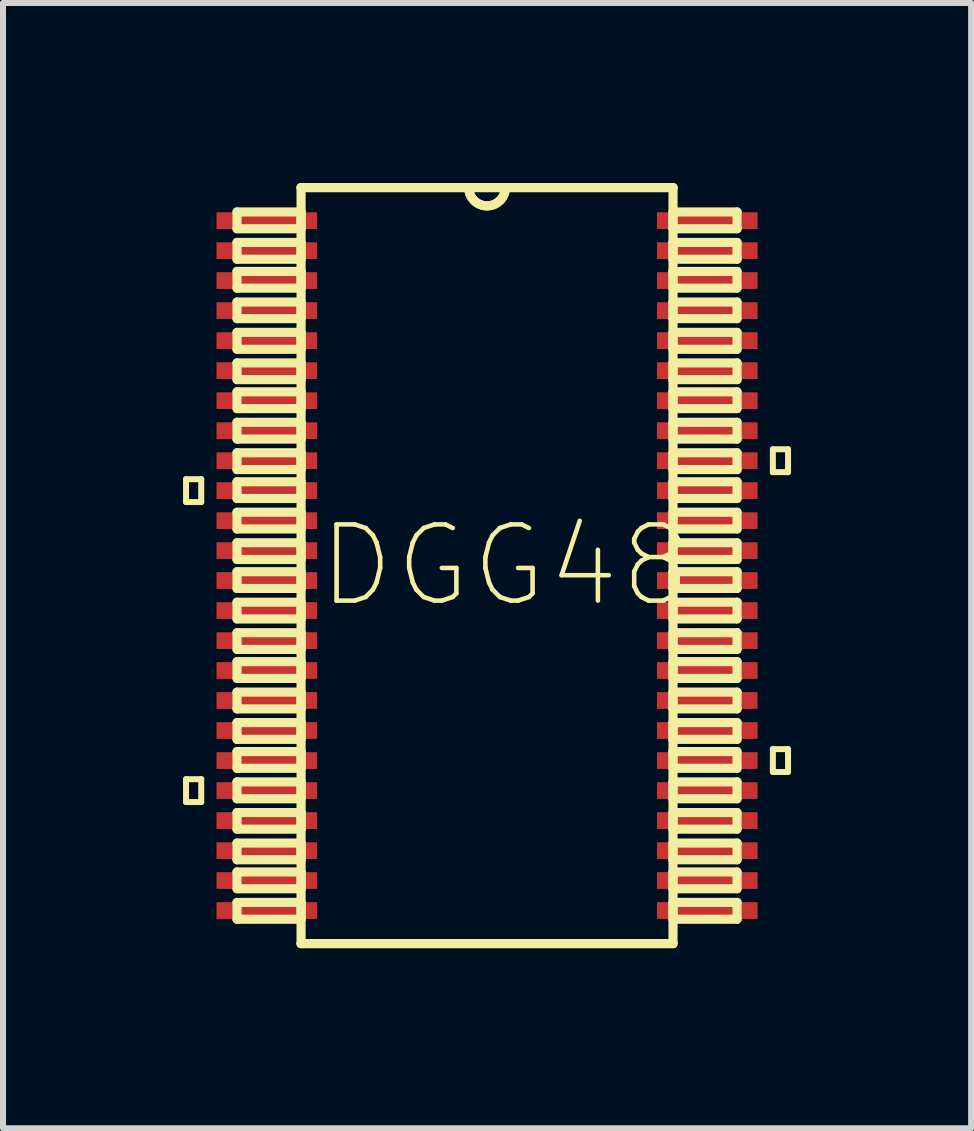
<source format=kicad_pcb>
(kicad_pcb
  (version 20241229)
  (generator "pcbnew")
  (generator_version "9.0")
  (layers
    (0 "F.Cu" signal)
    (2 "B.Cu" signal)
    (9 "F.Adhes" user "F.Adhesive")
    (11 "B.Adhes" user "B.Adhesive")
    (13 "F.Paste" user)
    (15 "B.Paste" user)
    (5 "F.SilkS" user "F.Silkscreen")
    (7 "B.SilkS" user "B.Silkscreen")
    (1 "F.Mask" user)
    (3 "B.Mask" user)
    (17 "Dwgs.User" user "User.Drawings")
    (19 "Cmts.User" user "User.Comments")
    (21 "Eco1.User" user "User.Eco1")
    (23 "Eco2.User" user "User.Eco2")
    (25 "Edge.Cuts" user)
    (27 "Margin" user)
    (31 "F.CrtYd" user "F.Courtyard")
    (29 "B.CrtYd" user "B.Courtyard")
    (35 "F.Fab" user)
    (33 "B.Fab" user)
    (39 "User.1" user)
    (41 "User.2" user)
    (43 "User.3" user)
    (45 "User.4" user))
  (footprint "DGG48"
    (layer "F.Cu")
    (at 5.066 6.375)
    (property "Reference" "DGG48" (at 0.305 0 0) (layer "F.SilkS") (effects (font (size 1.27 1.27) (thickness 0.076))))
    (attr smd)
    (fp_line (start -5.016 -1.44) (end -5.016 -1.059) (stroke (width 0.1) (type solid)) (layer "F.SilkS"))
    (fp_line (start -5.016 -1.059) (end -4.763 -1.059) (stroke (width 0.1) (type solid)) (layer "F.SilkS"))
    (fp_line (start -5.016 3.559) (end -5.016 3.94) (stroke (width 0.1) (type solid)) (layer "F.SilkS"))
    (fp_line (start -5.016 3.94) (end -4.763 3.94) (stroke (width 0.1) (type solid)) (layer "F.SilkS"))
    (fp_line (start -4.763 -1.44) (end -5.016 -1.44) (stroke (width 0.1) (type solid)) (layer "F.SilkS"))
    (fp_line (start -4.763 -1.059) (end -4.763 -1.44) (stroke (width 0.1) (type solid)) (layer "F.SilkS"))
    (fp_line (start -4.763 3.559) (end -5.016 3.559) (stroke (width 0.1) (type solid)) (layer "F.SilkS"))
    (fp_line (start -4.763 3.94) (end -4.763 3.559) (stroke (width 0.1) (type solid)) (layer "F.SilkS"))
    (fp_line (start -4.166 -5.893) (end -4.166 -5.613) (stroke (width 0.152) (type solid)) (layer "F.SilkS"))
    (fp_line (start -4.166 -5.613) (end -3.099 -5.613) (stroke (width 0.152) (type solid)) (layer "F.SilkS"))
    (fp_line (start -4.166 -5.385) (end -4.166 -5.105) (stroke (width 0.152) (type solid)) (layer "F.SilkS"))
    (fp_line (start -4.166 -5.105) (end -3.099 -5.105) (stroke (width 0.152) (type solid)) (layer "F.SilkS"))
    (fp_line (start -4.166 -4.902) (end -4.166 -4.623) (stroke (width 0.152) (type solid)) (layer "F.SilkS"))
    (fp_line (start -4.166 -4.623) (end -3.099 -4.623) (stroke (width 0.152) (type solid)) (layer "F.SilkS"))
    (fp_line (start -4.166 -4.392) (end -4.166 -4.115) (stroke (width 0.152) (type solid)) (layer "F.SilkS"))
    (fp_line (start -4.166 -4.115) (end -3.099 -4.115) (stroke (width 0.152) (type solid)) (layer "F.SilkS"))
    (fp_line (start -4.166 -3.886) (end -4.166 -3.604) (stroke (width 0.152) (type solid)) (layer "F.SilkS"))
    (fp_line (start -4.166 -3.604) (end -3.099 -3.604) (stroke (width 0.152) (type solid)) (layer "F.SilkS"))
    (fp_line (start -4.166 -3.378) (end -4.166 -3.099) (stroke (width 0.152) (type solid)) (layer "F.SilkS"))
    (fp_line (start -4.166 -3.099) (end -3.099 -3.099) (stroke (width 0.152) (type solid)) (layer "F.SilkS"))
    (fp_line (start -4.166 -2.896) (end -4.166 -2.616) (stroke (width 0.152) (type solid)) (layer "F.SilkS"))
    (fp_line (start -4.166 -2.616) (end -3.099 -2.616) (stroke (width 0.152) (type solid)) (layer "F.SilkS"))
    (fp_line (start -4.166 -2.388) (end -4.166 -2.108) (stroke (width 0.152) (type solid)) (layer "F.SilkS"))
    (fp_line (start -4.166 -2.108) (end -3.099 -2.108) (stroke (width 0.152) (type solid)) (layer "F.SilkS"))
    (fp_line (start -4.166 -1.88) (end -4.166 -1.6) (stroke (width 0.152) (type solid)) (layer "F.SilkS"))
    (fp_line (start -4.166 -1.6) (end -3.099 -1.6) (stroke (width 0.152) (type solid)) (layer "F.SilkS"))
    (fp_line (start -4.166 -1.397) (end -4.166 -1.118) (stroke (width 0.152) (type solid)) (layer "F.SilkS"))
    (fp_line (start -4.166 -1.118) (end -3.099 -1.118) (stroke (width 0.152) (type solid)) (layer "F.SilkS"))
    (fp_line (start -4.166 -0.889) (end -4.166 -0.61) (stroke (width 0.152) (type solid)) (layer "F.SilkS"))
    (fp_line (start -4.166 -0.61) (end -3.099 -0.61) (stroke (width 0.152) (type solid)) (layer "F.SilkS"))
    (fp_line (start -4.166 -0.381) (end -4.166 -0.102) (stroke (width 0.152) (type solid)) (layer "F.SilkS"))
    (fp_line (start -4.166 -0.102) (end -3.099 -0.102) (stroke (width 0.152) (type solid)) (layer "F.SilkS"))
    (fp_line (start -4.166 0.102) (end -4.166 0.381) (stroke (width 0.152) (type solid)) (layer "F.SilkS"))
    (fp_line (start -4.166 0.381) (end -3.099 0.381) (stroke (width 0.152) (type solid)) (layer "F.SilkS"))
    (fp_line (start -4.166 0.61) (end -4.166 0.889) (stroke (width 0.152) (type solid)) (layer "F.SilkS"))
    (fp_line (start -4.166 0.889) (end -3.099 0.889) (stroke (width 0.152) (type solid)) (layer "F.SilkS"))
    (fp_line (start -4.166 1.118) (end -4.166 1.397) (stroke (width 0.152) (type solid)) (layer "F.SilkS"))
    (fp_line (start -4.166 1.397) (end -3.099 1.397) (stroke (width 0.152) (type solid)) (layer "F.SilkS"))
    (fp_line (start -4.166 1.6) (end -4.166 1.88) (stroke (width 0.152) (type solid)) (layer "F.SilkS"))
    (fp_line (start -4.166 1.88) (end -3.099 1.88) (stroke (width 0.152) (type solid)) (layer "F.SilkS"))
    (fp_line (start -4.166 2.108) (end -4.166 2.388) (stroke (width 0.152) (type solid)) (layer "F.SilkS"))
    (fp_line (start -4.166 2.388) (end -3.099 2.388) (stroke (width 0.152) (type solid)) (layer "F.SilkS"))
    (fp_line (start -4.166 2.616) (end -4.166 2.896) (stroke (width 0.152) (type solid)) (layer "F.SilkS"))
    (fp_line (start -4.166 2.896) (end -3.099 2.896) (stroke (width 0.152) (type solid)) (layer "F.SilkS"))
    (fp_line (start -4.166 3.099) (end -4.166 3.378) (stroke (width 0.152) (type solid)) (layer "F.SilkS"))
    (fp_line (start -4.166 3.378) (end -3.099 3.378) (stroke (width 0.152) (type solid)) (layer "F.SilkS"))
    (fp_line (start -4.166 3.604) (end -4.166 3.886) (stroke (width 0.152) (type solid)) (layer "F.SilkS"))
    (fp_line (start -4.166 3.886) (end -3.099 3.886) (stroke (width 0.152) (type solid)) (layer "F.SilkS"))
    (fp_line (start -4.166 4.115) (end -4.166 4.392) (stroke (width 0.152) (type solid)) (layer "F.SilkS"))
    (fp_line (start -4.166 4.392) (end -3.099 4.392) (stroke (width 0.152) (type solid)) (layer "F.SilkS"))
    (fp_line (start -4.166 4.623) (end -4.166 4.902) (stroke (width 0.152) (type solid)) (layer "F.SilkS"))
    (fp_line (start -4.166 4.902) (end -3.099 4.902) (stroke (width 0.152) (type solid)) (layer "F.SilkS"))
    (fp_line (start -4.166 5.105) (end -4.166 5.385) (stroke (width 0.152) (type solid)) (layer "F.SilkS"))
    (fp_line (start -4.166 5.385) (end -3.099 5.385) (stroke (width 0.152) (type solid)) (layer "F.SilkS"))
    (fp_line (start -4.166 5.613) (end -4.166 5.893) (stroke (width 0.152) (type solid)) (layer "F.SilkS"))
    (fp_line (start -4.166 5.893) (end -3.099 5.893) (stroke (width 0.152) (type solid)) (layer "F.SilkS"))
    (fp_line (start -3.099 -6.299) (end -3.099 6.299) (stroke (width 0.152) (type solid)) (layer "F.SilkS"))
    (fp_line (start -3.099 -5.893) (end -4.166 -5.893) (stroke (width 0.152) (type solid)) (layer "F.SilkS"))
    (fp_line (start -3.099 -5.613) (end -3.099 -5.893) (stroke (width 0.152) (type solid)) (layer "F.SilkS"))
    (fp_line (start -3.099 -5.385) (end -4.166 -5.385) (stroke (width 0.152) (type solid)) (layer "F.SilkS"))
    (fp_line (start -3.099 -5.105) (end -3.099 -5.385) (stroke (width 0.152) (type solid)) (layer "F.SilkS"))
    (fp_line (start -3.099 -4.902) (end -4.166 -4.902) (stroke (width 0.152) (type solid)) (layer "F.SilkS"))
    (fp_line (start -3.099 -4.623) (end -3.099 -4.902) (stroke (width 0.152) (type solid)) (layer "F.SilkS"))
    (fp_line (start -3.099 -4.392) (end -4.166 -4.392) (stroke (width 0.152) (type solid)) (layer "F.SilkS"))
    (fp_line (start -3.099 -4.115) (end -3.099 -4.392) (stroke (width 0.152) (type solid)) (layer "F.SilkS"))
    (fp_line (start -3.099 -3.886) (end -4.166 -3.886) (stroke (width 0.152) (type solid)) (layer "F.SilkS"))
    (fp_line (start -3.099 -3.604) (end -3.099 -3.886) (stroke (width 0.152) (type solid)) (layer "F.SilkS"))
    (fp_line (start -3.099 -3.378) (end -4.166 -3.378) (stroke (width 0.152) (type solid)) (layer "F.SilkS"))
    (fp_line (start -3.099 -3.099) (end -3.099 -3.378) (stroke (width 0.152) (type solid)) (layer "F.SilkS"))
    (fp_line (start -3.099 -2.896) (end -4.166 -2.896) (stroke (width 0.152) (type solid)) (layer "F.SilkS"))
    (fp_line (start -3.099 -2.616) (end -3.099 -2.896) (stroke (width 0.152) (type solid)) (layer "F.SilkS"))
    (fp_line (start -3.099 -2.388) (end -4.166 -2.388) (stroke (width 0.152) (type solid)) (layer "F.SilkS"))
    (fp_line (start -3.099 -2.108) (end -3.099 -2.388) (stroke (width 0.152) (type solid)) (layer "F.SilkS"))
    (fp_line (start -3.099 -1.88) (end -4.166 -1.88) (stroke (width 0.152) (type solid)) (layer "F.SilkS"))
    (fp_line (start -3.099 -1.6) (end -3.099 -1.88) (stroke (width 0.152) (type solid)) (layer "F.SilkS"))
    (fp_line (start -3.099 -1.397) (end -4.166 -1.397) (stroke (width 0.152) (type solid)) (layer "F.SilkS"))
    (fp_line (start -3.099 -1.118) (end -3.099 -1.397) (stroke (width 0.152) (type solid)) (layer "F.SilkS"))
    (fp_line (start -3.099 -0.889) (end -4.166 -0.889) (stroke (width 0.152) (type solid)) (layer "F.SilkS"))
    (fp_line (start -3.099 -0.61) (end -3.099 -0.889) (stroke (width 0.152) (type solid)) (layer "F.SilkS"))
    (fp_line (start -3.099 -0.381) (end -4.166 -0.381) (stroke (width 0.152) (type solid)) (layer "F.SilkS"))
    (fp_line (start -3.099 -0.102) (end -3.099 -0.381) (stroke (width 0.152) (type solid)) (layer "F.SilkS"))
    (fp_line (start -3.099 0.102) (end -4.166 0.102) (stroke (width 0.152) (type solid)) (layer "F.SilkS"))
    (fp_line (start -3.099 0.381) (end -3.099 0.102) (stroke (width 0.152) (type solid)) (layer "F.SilkS"))
    (fp_line (start -3.099 0.61) (end -4.166 0.61) (stroke (width 0.152) (type solid)) (layer "F.SilkS"))
    (fp_line (start -3.099 0.889) (end -3.099 0.61) (stroke (width 0.152) (type solid)) (layer "F.SilkS"))
    (fp_line (start -3.099 1.118) (end -4.166 1.118) (stroke (width 0.152) (type solid)) (layer "F.SilkS"))
    (fp_line (start -3.099 1.397) (end -3.099 1.118) (stroke (width 0.152) (type solid)) (layer "F.SilkS"))
    (fp_line (start -3.099 1.6) (end -4.166 1.6) (stroke (width 0.152) (type solid)) (layer "F.SilkS"))
    (fp_line (start -3.099 1.88) (end -3.099 1.6) (stroke (width 0.152) (type solid)) (layer "F.SilkS"))
    (fp_line (start -3.099 2.108) (end -4.166 2.108) (stroke (width 0.152) (type solid)) (layer "F.SilkS"))
    (fp_line (start -3.099 2.388) (end -3.099 2.108) (stroke (width 0.152) (type solid)) (layer "F.SilkS"))
    (fp_line (start -3.099 2.616) (end -4.166 2.616) (stroke (width 0.152) (type solid)) (layer "F.SilkS"))
    (fp_line (start -3.099 2.896) (end -3.099 2.616) (stroke (width 0.152) (type solid)) (layer "F.SilkS"))
    (fp_line (start -3.099 3.099) (end -4.166 3.099) (stroke (width 0.152) (type solid)) (layer "F.SilkS"))
    (fp_line (start -3.099 3.378) (end -3.099 3.099) (stroke (width 0.152) (type solid)) (layer "F.SilkS"))
    (fp_line (start -3.099 3.604) (end -4.166 3.604) (stroke (width 0.152) (type solid)) (layer "F.SilkS"))
    (fp_line (start -3.099 3.886) (end -3.099 3.604) (stroke (width 0.152) (type solid)) (layer "F.SilkS"))
    (fp_line (start -3.099 4.115) (end -4.166 4.115) (stroke (width 0.152) (type solid)) (layer "F.SilkS"))
    (fp_line (start -3.099 4.392) (end -3.099 4.115) (stroke (width 0.152) (type solid)) (layer "F.SilkS"))
    (fp_line (start -3.099 4.623) (end -4.166 4.623) (stroke (width 0.152) (type solid)) (layer "F.SilkS"))
    (fp_line (start -3.099 4.902) (end -3.099 4.623) (stroke (width 0.152) (type solid)) (layer "F.SilkS"))
    (fp_line (start -3.099 5.105) (end -4.166 5.105) (stroke (width 0.152) (type solid)) (layer "F.SilkS"))
    (fp_line (start -3.099 5.385) (end -3.099 5.105) (stroke (width 0.152) (type solid)) (layer "F.SilkS"))
    (fp_line (start -3.099 5.613) (end -4.166 5.613) (stroke (width 0.152) (type solid)) (layer "F.SilkS"))
    (fp_line (start -3.099 5.893) (end -3.099 5.613) (stroke (width 0.152) (type solid)) (layer "F.SilkS"))
    (fp_line (start -3.099 6.299) (end 3.099 6.299) (stroke (width 0.152) (type solid)) (layer "F.SilkS"))
    (fp_line (start -3.099 6.299) (end 3.099 6.299) (stroke (width 0.152) (type solid)) (layer "F.SilkS"))
    (fp_line (start -0.305 -6.299) (end -3.099 -6.299) (stroke (width 0.152) (type solid)) (layer "F.SilkS"))
    (fp_line (start -0.305 -6.299) (end -3.099 -6.299) (stroke (width 0.152) (type solid)) (layer "F.SilkS"))
    (fp_line (start 0.305 -6.299) (end -0.305 -6.299) (stroke (width 0.152) (type solid)) (layer "F.SilkS"))
    (fp_line (start 0.305 -6.299) (end -0.305 -6.299) (stroke (width 0.152) (type solid)) (layer "F.SilkS"))
    (fp_line (start 3.099 -6.299) (end 0.305 -6.299) (stroke (width 0.152) (type solid)) (layer "F.SilkS"))
    (fp_line (start 3.099 -6.299) (end 0.305 -6.299) (stroke (width 0.152) (type solid)) (layer "F.SilkS"))
    (fp_line (start 3.099 -5.893) (end 3.099 -5.613) (stroke (width 0.152) (type solid)) (layer "F.SilkS"))
    (fp_line (start 3.099 -5.613) (end 4.166 -5.613) (stroke (width 0.152) (type solid)) (layer "F.SilkS"))
    (fp_line (start 3.099 -5.385) (end 3.099 -5.105) (stroke (width 0.152) (type solid)) (layer "F.SilkS"))
    (fp_line (start 3.099 -5.105) (end 4.166 -5.105) (stroke (width 0.152) (type solid)) (layer "F.SilkS"))
    (fp_line (start 3.099 -4.902) (end 3.099 -4.623) (stroke (width 0.152) (type solid)) (layer "F.SilkS"))
    (fp_line (start 3.099 -4.623) (end 4.166 -4.623) (stroke (width 0.152) (type solid)) (layer "F.SilkS"))
    (fp_line (start 3.099 -4.392) (end 3.099 -4.115) (stroke (width 0.152) (type solid)) (layer "F.SilkS"))
    (fp_line (start 3.099 -4.115) (end 4.166 -4.115) (stroke (width 0.152) (type solid)) (layer "F.SilkS"))
    (fp_line (start 3.099 -3.886) (end 3.099 -3.604) (stroke (width 0.152) (type solid)) (layer "F.SilkS"))
    (fp_line (start 3.099 -3.604) (end 4.166 -3.604) (stroke (width 0.152) (type solid)) (layer "F.SilkS"))
    (fp_line (start 3.099 -3.378) (end 3.099 -3.099) (stroke (width 0.152) (type solid)) (layer "F.SilkS"))
    (fp_line (start 3.099 -3.099) (end 4.166 -3.099) (stroke (width 0.152) (type solid)) (layer "F.SilkS"))
    (fp_line (start 3.099 -2.896) (end 3.099 -2.616) (stroke (width 0.152) (type solid)) (layer "F.SilkS"))
    (fp_line (start 3.099 -2.616) (end 4.166 -2.616) (stroke (width 0.152) (type solid)) (layer "F.SilkS"))
    (fp_line (start 3.099 -2.388) (end 3.099 -2.108) (stroke (width 0.152) (type solid)) (layer "F.SilkS"))
    (fp_line (start 3.099 -2.108) (end 4.166 -2.108) (stroke (width 0.152) (type solid)) (layer "F.SilkS"))
    (fp_line (start 3.099 -1.88) (end 3.099 -1.6) (stroke (width 0.152) (type solid)) (layer "F.SilkS"))
    (fp_line (start 3.099 -1.6) (end 4.166 -1.6) (stroke (width 0.152) (type solid)) (layer "F.SilkS"))
    (fp_line (start 3.099 -1.397) (end 3.099 -1.118) (stroke (width 0.152) (type solid)) (layer "F.SilkS"))
    (fp_line (start 3.099 -1.118) (end 4.166 -1.118) (stroke (width 0.152) (type solid)) (layer "F.SilkS"))
    (fp_line (start 3.099 -0.889) (end 3.099 -0.61) (stroke (width 0.152) (type solid)) (layer "F.SilkS"))
    (fp_line (start 3.099 -0.61) (end 4.166 -0.61) (stroke (width 0.152) (type solid)) (layer "F.SilkS"))
    (fp_line (start 3.099 -0.381) (end 3.099 -0.102) (stroke (width 0.152) (type solid)) (layer "F.SilkS"))
    (fp_line (start 3.099 -0.102) (end 4.166 -0.102) (stroke (width 0.152) (type solid)) (layer "F.SilkS"))
    (fp_line (start 3.099 0.102) (end 3.099 0.381) (stroke (width 0.152) (type solid)) (layer "F.SilkS"))
    (fp_line (start 3.099 0.381) (end 4.166 0.381) (stroke (width 0.152) (type solid)) (layer "F.SilkS"))
    (fp_line (start 3.099 0.61) (end 3.099 0.889) (stroke (width 0.152) (type solid)) (layer "F.SilkS"))
    (fp_line (start 3.099 0.889) (end 4.166 0.889) (stroke (width 0.152) (type solid)) (layer "F.SilkS"))
    (fp_line (start 3.099 1.118) (end 3.099 1.397) (stroke (width 0.152) (type solid)) (layer "F.SilkS"))
    (fp_line (start 3.099 1.397) (end 4.166 1.397) (stroke (width 0.152) (type solid)) (layer "F.SilkS"))
    (fp_line (start 3.099 1.6) (end 3.099 1.88) (stroke (width 0.152) (type solid)) (layer "F.SilkS"))
    (fp_line (start 3.099 1.88) (end 4.166 1.88) (stroke (width 0.152) (type solid)) (layer "F.SilkS"))
    (fp_line (start 3.099 2.108) (end 3.099 2.388) (stroke (width 0.152) (type solid)) (layer "F.SilkS"))
    (fp_line (start 3.099 2.388) (end 4.166 2.388) (stroke (width 0.152) (type solid)) (layer "F.SilkS"))
    (fp_line (start 3.099 2.616) (end 3.099 2.896) (stroke (width 0.152) (type solid)) (layer "F.SilkS"))
    (fp_line (start 3.099 2.896) (end 4.166 2.896) (stroke (width 0.152) (type solid)) (layer "F.SilkS"))
    (fp_line (start 3.099 3.099) (end 3.099 3.378) (stroke (width 0.152) (type solid)) (layer "F.SilkS"))
    (fp_line (start 3.099 3.378) (end 4.166 3.378) (stroke (width 0.152) (type solid)) (layer "F.SilkS"))
    (fp_line (start 3.099 3.604) (end 3.099 3.886) (stroke (width 0.152) (type solid)) (layer "F.SilkS"))
    (fp_line (start 3.099 3.886) (end 4.166 3.886) (stroke (width 0.152) (type solid)) (layer "F.SilkS"))
    (fp_line (start 3.099 4.115) (end 3.099 4.392) (stroke (width 0.152) (type solid)) (layer "F.SilkS"))
    (fp_line (start 3.099 4.392) (end 4.166 4.392) (stroke (width 0.152) (type solid)) (layer "F.SilkS"))
    (fp_line (start 3.099 4.623) (end 3.099 4.902) (stroke (width 0.152) (type solid)) (layer "F.SilkS"))
    (fp_line (start 3.099 4.902) (end 4.166 4.902) (stroke (width 0.152) (type solid)) (layer "F.SilkS"))
    (fp_line (start 3.099 5.105) (end 3.099 5.385) (stroke (width 0.152) (type solid)) (layer "F.SilkS"))
    (fp_line (start 3.099 5.385) (end 4.166 5.385) (stroke (width 0.152) (type solid)) (layer "F.SilkS"))
    (fp_line (start 3.099 5.613) (end 3.099 5.893) (stroke (width 0.152) (type solid)) (layer "F.SilkS"))
    (fp_line (start 3.099 5.893) (end 4.166 5.893) (stroke (width 0.152) (type solid)) (layer "F.SilkS"))
    (fp_line (start 3.099 6.299) (end 3.099 -6.299) (stroke (width 0.152) (type solid)) (layer "F.SilkS"))
    (fp_line (start 4.166 -5.893) (end 3.099 -5.893) (stroke (width 0.152) (type solid)) (layer "F.SilkS"))
    (fp_line (start 4.166 -5.613) (end 4.166 -5.893) (stroke (width 0.152) (type solid)) (layer "F.SilkS"))
    (fp_line (start 4.166 -5.385) (end 3.099 -5.385) (stroke (width 0.152) (type solid)) (layer "F.SilkS"))
    (fp_line (start 4.166 -5.105) (end 4.166 -5.385) (stroke (width 0.152) (type solid)) (layer "F.SilkS"))
    (fp_line (start 4.166 -4.902) (end 3.099 -4.902) (stroke (width 0.152) (type solid)) (layer "F.SilkS"))
    (fp_line (start 4.166 -4.623) (end 4.166 -4.902) (stroke (width 0.152) (type solid)) (layer "F.SilkS"))
    (fp_line (start 4.166 -4.392) (end 3.099 -4.392) (stroke (width 0.152) (type solid)) (layer "F.SilkS"))
    (fp_line (start 4.166 -4.115) (end 4.166 -4.392) (stroke (width 0.152) (type solid)) (layer "F.SilkS"))
    (fp_line (start 4.166 -3.886) (end 3.099 -3.886) (stroke (width 0.152) (type solid)) (layer "F.SilkS"))
    (fp_line (start 4.166 -3.604) (end 4.166 -3.886) (stroke (width 0.152) (type solid)) (layer "F.SilkS"))
    (fp_line (start 4.166 -3.378) (end 3.099 -3.378) (stroke (width 0.152) (type solid)) (layer "F.SilkS"))
    (fp_line (start 4.166 -3.099) (end 4.166 -3.378) (stroke (width 0.152) (type solid)) (layer "F.SilkS"))
    (fp_line (start 4.166 -2.896) (end 3.099 -2.896) (stroke (width 0.152) (type solid)) (layer "F.SilkS"))
    (fp_line (start 4.166 -2.616) (end 4.166 -2.896) (stroke (width 0.152) (type solid)) (layer "F.SilkS"))
    (fp_line (start 4.166 -2.388) (end 3.099 -2.388) (stroke (width 0.152) (type solid)) (layer "F.SilkS"))
    (fp_line (start 4.166 -2.108) (end 4.166 -2.388) (stroke (width 0.152) (type solid)) (layer "F.SilkS"))
    (fp_line (start 4.166 -1.88) (end 3.099 -1.88) (stroke (width 0.152) (type solid)) (layer "F.SilkS"))
    (fp_line (start 4.166 -1.6) (end 4.166 -1.88) (stroke (width 0.152) (type solid)) (layer "F.SilkS"))
    (fp_line (start 4.166 -1.397) (end 3.099 -1.397) (stroke (width 0.152) (type solid)) (layer "F.SilkS"))
    (fp_line (start 4.166 -1.118) (end 4.166 -1.397) (stroke (width 0.152) (type solid)) (layer "F.SilkS"))
    (fp_line (start 4.166 -0.889) (end 3.099 -0.889) (stroke (width 0.152) (type solid)) (layer "F.SilkS"))
    (fp_line (start 4.166 -0.61) (end 4.166 -0.889) (stroke (width 0.152) (type solid)) (layer "F.SilkS"))
    (fp_line (start 4.166 -0.381) (end 3.099 -0.381) (stroke (width 0.152) (type solid)) (layer "F.SilkS"))
    (fp_line (start 4.166 -0.102) (end 4.166 -0.381) (stroke (width 0.152) (type solid)) (layer "F.SilkS"))
    (fp_line (start 4.166 0.102) (end 3.099 0.102) (stroke (width 0.152) (type solid)) (layer "F.SilkS"))
    (fp_line (start 4.166 0.381) (end 4.166 0.102) (stroke (width 0.152) (type solid)) (layer "F.SilkS"))
    (fp_line (start 4.166 0.61) (end 3.099 0.61) (stroke (width 0.152) (type solid)) (layer "F.SilkS"))
    (fp_line (start 4.166 0.889) (end 4.166 0.61) (stroke (width 0.152) (type solid)) (layer "F.SilkS"))
    (fp_line (start 4.166 1.118) (end 3.099 1.118) (stroke (width 0.152) (type solid)) (layer "F.SilkS"))
    (fp_line (start 4.166 1.397) (end 4.166 1.118) (stroke (width 0.152) (type solid)) (layer "F.SilkS"))
    (fp_line (start 4.166 1.6) (end 3.099 1.6) (stroke (width 0.152) (type solid)) (layer "F.SilkS"))
    (fp_line (start 4.166 1.88) (end 4.166 1.6) (stroke (width 0.152) (type solid)) (layer "F.SilkS"))
    (fp_line (start 4.166 2.108) (end 3.099 2.108) (stroke (width 0.152) (type solid)) (layer "F.SilkS"))
    (fp_line (start 4.166 2.388) (end 4.166 2.108) (stroke (width 0.152) (type solid)) (layer "F.SilkS"))
    (fp_line (start 4.166 2.616) (end 3.099 2.616) (stroke (width 0.152) (type solid)) (layer "F.SilkS"))
    (fp_line (start 4.166 2.896) (end 4.166 2.616) (stroke (width 0.152) (type solid)) (layer "F.SilkS"))
    (fp_line (start 4.166 3.099) (end 3.099 3.099) (stroke (width 0.152) (type solid)) (layer "F.SilkS"))
    (fp_line (start 4.166 3.378) (end 4.166 3.099) (stroke (width 0.152) (type solid)) (layer "F.SilkS"))
    (fp_line (start 4.166 3.604) (end 3.099 3.604) (stroke (width 0.152) (type solid)) (layer "F.SilkS"))
    (fp_line (start 4.166 3.886) (end 4.166 3.604) (stroke (width 0.152) (type solid)) (layer "F.SilkS"))
    (fp_line (start 4.166 4.115) (end 3.099 4.115) (stroke (width 0.152) (type solid)) (layer "F.SilkS"))
    (fp_line (start 4.166 4.392) (end 4.166 4.115) (stroke (width 0.152) (type solid)) (layer "F.SilkS"))
    (fp_line (start 4.166 4.623) (end 3.099 4.623) (stroke (width 0.152) (type solid)) (layer "F.SilkS"))
    (fp_line (start 4.166 4.902) (end 4.166 4.623) (stroke (width 0.152) (type solid)) (layer "F.SilkS"))
    (fp_line (start 4.166 5.105) (end 3.099 5.105) (stroke (width 0.152) (type solid)) (layer "F.SilkS"))
    (fp_line (start 4.166 5.385) (end 4.166 5.105) (stroke (width 0.152) (type solid)) (layer "F.SilkS"))
    (fp_line (start 4.166 5.613) (end 3.099 5.613) (stroke (width 0.152) (type solid)) (layer "F.SilkS"))
    (fp_line (start 4.166 5.893) (end 4.166 5.613) (stroke (width 0.152) (type solid)) (layer "F.SilkS"))
    (fp_line (start 4.763 -1.938) (end 5.016 -1.938) (stroke (width 0.1) (type solid)) (layer "F.SilkS"))
    (fp_line (start 4.763 -1.557) (end 4.763 -1.938) (stroke (width 0.1) (type solid)) (layer "F.SilkS"))
    (fp_line (start 4.763 3.058) (end 5.016 3.058) (stroke (width 0.1) (type solid)) (layer "F.SilkS"))
    (fp_line (start 4.763 3.439) (end 4.763 3.058) (stroke (width 0.1) (type solid)) (layer "F.SilkS"))
    (fp_line (start 5.016 -1.938) (end 5.016 -1.557) (stroke (width 0.1) (type solid)) (layer "F.SilkS"))
    (fp_line (start 5.016 -1.557) (end 4.763 -1.557) (stroke (width 0.1) (type solid)) (layer "F.SilkS"))
    (fp_line (start 5.016 3.058) (end 5.016 3.439) (stroke (width 0.1) (type solid)) (layer "F.SilkS"))
    (fp_line (start 5.016 3.439) (end 4.763 3.439) (stroke (width 0.1) (type solid)) (layer "F.SilkS"))
    (fp_arc (start 0.3048 -6.2992) (mid 0 -5.9944) (end -0.3048 -6.2992) (stroke (width 0.1524) (type solid)) (layer "F.SilkS"))
    (fp_arc (start 0.3048 -6.2992) (mid 0 -5.9944) (end -0.3048 -6.2992) (stroke (width 0.1524) (type solid)) (layer "F.SilkS"))
    (pad "1" smd rect (at -3.67 -5.748) (size 1.676 0.279) (layers "F.Cu" "F.Mask" "F.Paste"))
    (pad "2" smd rect (at -3.67 -5.248) (size 1.676 0.279) (layers "F.Cu" "F.Mask" "F.Paste"))
    (pad "3" smd rect (at -3.67 -4.75) (size 1.676 0.279) (layers "F.Cu" "F.Mask" "F.Paste"))
    (pad "4" smd rect (at -3.67 -4.249) (size 1.676 0.279) (layers "F.Cu" "F.Mask" "F.Paste"))
    (pad "5" smd rect (at -3.67 -3.749) (size 1.676 0.279) (layers "F.Cu" "F.Mask" "F.Paste"))
    (pad "6" smd rect (at -3.67 -3.249) (size 1.676 0.279) (layers "F.Cu" "F.Mask" "F.Paste"))
    (pad "7" smd rect (at -3.67 -2.748) (size 1.676 0.279) (layers "F.Cu" "F.Mask" "F.Paste"))
    (pad "8" smd rect (at -3.67 -2.248) (size 1.676 0.279) (layers "F.Cu" "F.Mask" "F.Paste"))
    (pad "9" smd rect (at -3.67 -1.748) (size 1.676 0.279) (layers "F.Cu" "F.Mask" "F.Paste"))
    (pad "10" smd rect (at -3.67 -1.25) (size 1.676 0.279) (layers "F.Cu" "F.Mask" "F.Paste"))
    (pad "11" smd rect (at -3.67 -0.749) (size 1.676 0.279) (layers "F.Cu" "F.Mask" "F.Paste"))
    (pad "12" smd rect (at -3.67 -0.249) (size 1.676 0.279) (layers "F.Cu" "F.Mask" "F.Paste"))
    (pad "13" smd rect (at -3.67 0.249) (size 1.676 0.279) (layers "F.Cu" "F.Mask" "F.Paste"))
    (pad "14" smd rect (at -3.67 0.749) (size 1.676 0.279) (layers "F.Cu" "F.Mask" "F.Paste"))
    (pad "15" smd rect (at -3.67 1.25) (size 1.676 0.279) (layers "F.Cu" "F.Mask" "F.Paste"))
    (pad "16" smd rect (at -3.67 1.748) (size 1.676 0.279) (layers "F.Cu" "F.Mask" "F.Paste"))
    (pad "17" smd rect (at -3.67 2.248) (size 1.676 0.279) (layers "F.Cu" "F.Mask" "F.Paste"))
    (pad "18" smd rect (at -3.67 2.748) (size 1.676 0.279) (layers "F.Cu" "F.Mask" "F.Paste"))
    (pad "19" smd rect (at -3.67 3.249) (size 1.676 0.279) (layers "F.Cu" "F.Mask" "F.Paste"))
    (pad "20" smd rect (at -3.67 3.749) (size 1.676 0.279) (layers "F.Cu" "F.Mask" "F.Paste"))
    (pad "21" smd rect (at -3.67 4.249) (size 1.676 0.279) (layers "F.Cu" "F.Mask" "F.Paste"))
    (pad "22" smd rect (at -3.67 4.75) (size 1.676 0.279) (layers "F.Cu" "F.Mask" "F.Paste"))
    (pad "23" smd rect (at -3.67 5.248) (size 1.676 0.279) (layers "F.Cu" "F.Mask" "F.Paste"))
    (pad "24" smd rect (at -3.67 5.748) (size 1.676 0.279) (layers "F.Cu" "F.Mask" "F.Paste"))
    (pad "25" smd rect (at 3.67 5.748) (size 1.676 0.279) (layers "F.Cu" "F.Mask" "F.Paste"))
    (pad "26" smd rect (at 3.67 5.248) (size 1.676 0.279) (layers "F.Cu" "F.Mask" "F.Paste"))
    (pad "27" smd rect (at 3.67 4.75) (size 1.676 0.279) (layers "F.Cu" "F.Mask" "F.Paste"))
    (pad "28" smd rect (at 3.67 4.249) (size 1.676 0.279) (layers "F.Cu" "F.Mask" "F.Paste"))
    (pad "29" smd rect (at 3.67 3.749) (size 1.676 0.279) (layers "F.Cu" "F.Mask" "F.Paste"))
    (pad "30" smd rect (at 3.67 3.249) (size 1.676 0.279) (layers "F.Cu" "F.Mask" "F.Paste"))
    (pad "31" smd rect (at 3.67 2.748) (size 1.676 0.279) (layers "F.Cu" "F.Mask" "F.Paste"))
    (pad "32" smd rect (at 3.67 2.248) (size 1.676 0.279) (layers "F.Cu" "F.Mask" "F.Paste"))
    (pad "33" smd rect (at 3.67 1.748) (size 1.676 0.279) (layers "F.Cu" "F.Mask" "F.Paste"))
    (pad "34" smd rect (at 3.67 1.25) (size 1.676 0.279) (layers "F.Cu" "F.Mask" "F.Paste"))
    (pad "35" smd rect (at 3.67 0.749) (size 1.676 0.279) (layers "F.Cu" "F.Mask" "F.Paste"))
    (pad "36" smd rect (at 3.67 0.249) (size 1.676 0.279) (layers "F.Cu" "F.Mask" "F.Paste"))
    (pad "37" smd rect (at 3.67 -0.249) (size 1.676 0.279) (layers "F.Cu" "F.Mask" "F.Paste"))
    (pad "38" smd rect (at 3.67 -0.749) (size 1.676 0.279) (layers "F.Cu" "F.Mask" "F.Paste"))
    (pad "39" smd rect (at 3.67 -1.25) (size 1.676 0.279) (layers "F.Cu" "F.Mask" "F.Paste"))
    (pad "40" smd rect (at 3.67 -1.748) (size 1.676 0.279) (layers "F.Cu" "F.Mask" "F.Paste"))
    (pad "41" smd rect (at 3.67 -2.248) (size 1.676 0.279) (layers "F.Cu" "F.Mask" "F.Paste"))
    (pad "42" smd rect (at 3.67 -2.748) (size 1.676 0.279) (layers "F.Cu" "F.Mask" "F.Paste"))
    (pad "43" smd rect (at 3.67 -3.249) (size 1.676 0.279) (layers "F.Cu" "F.Mask" "F.Paste"))
    (pad "44" smd rect (at 3.67 -3.749) (size 1.676 0.279) (layers "F.Cu" "F.Mask" "F.Paste"))
    (pad "45" smd rect (at 3.67 -4.249) (size 1.676 0.279) (layers "F.Cu" "F.Mask" "F.Paste"))
    (pad "46" smd rect (at 3.67 -4.75) (size 1.676 0.279) (layers "F.Cu" "F.Mask" "F.Paste"))
    (pad "47" smd rect (at 3.67 -5.248) (size 1.676 0.279) (layers "F.Cu" "F.Mask" "F.Paste"))
    (pad "48" smd rect (at 3.67 -5.748) (size 1.676 0.279) (layers "F.Cu" "F.Mask" "F.Paste")))
  (gr_rect
    (start -3 -3)
    (end 13.133 15.751)
    (stroke (width 0.1) (type default))
    (fill no)
    (layer "Edge.Cuts")))
</source>
